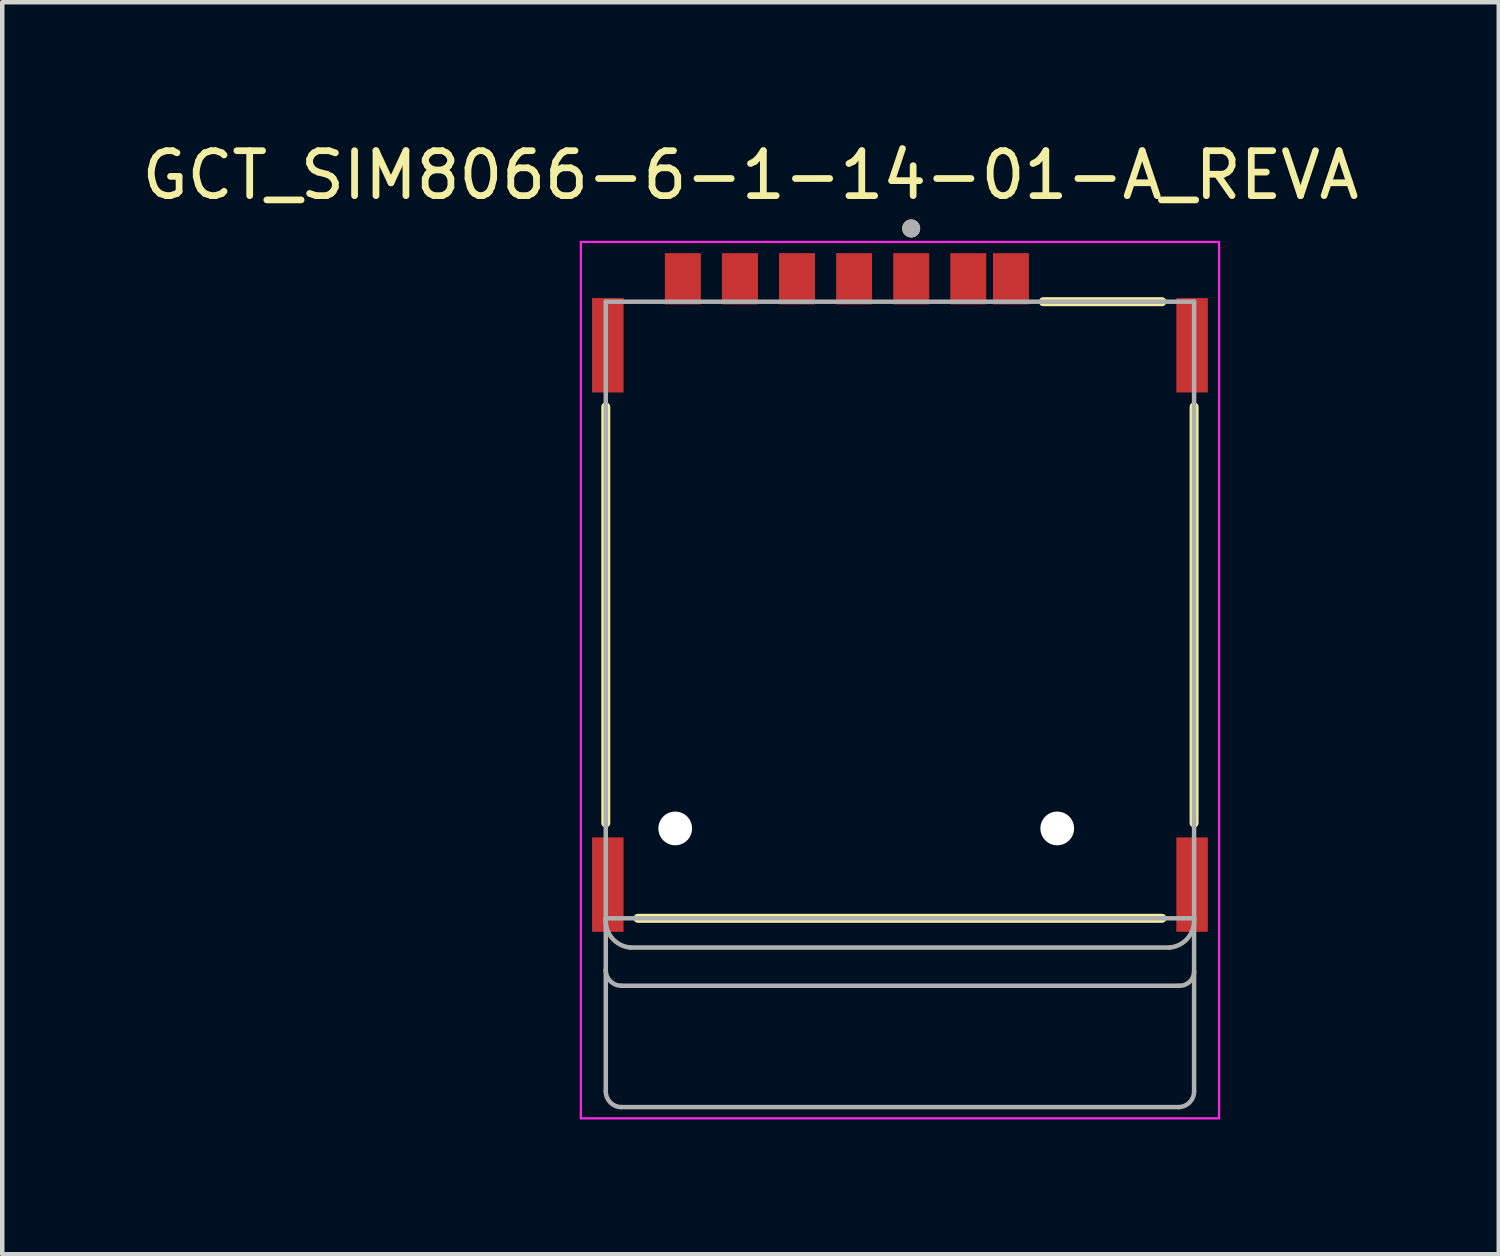
<source format=kicad_pcb>
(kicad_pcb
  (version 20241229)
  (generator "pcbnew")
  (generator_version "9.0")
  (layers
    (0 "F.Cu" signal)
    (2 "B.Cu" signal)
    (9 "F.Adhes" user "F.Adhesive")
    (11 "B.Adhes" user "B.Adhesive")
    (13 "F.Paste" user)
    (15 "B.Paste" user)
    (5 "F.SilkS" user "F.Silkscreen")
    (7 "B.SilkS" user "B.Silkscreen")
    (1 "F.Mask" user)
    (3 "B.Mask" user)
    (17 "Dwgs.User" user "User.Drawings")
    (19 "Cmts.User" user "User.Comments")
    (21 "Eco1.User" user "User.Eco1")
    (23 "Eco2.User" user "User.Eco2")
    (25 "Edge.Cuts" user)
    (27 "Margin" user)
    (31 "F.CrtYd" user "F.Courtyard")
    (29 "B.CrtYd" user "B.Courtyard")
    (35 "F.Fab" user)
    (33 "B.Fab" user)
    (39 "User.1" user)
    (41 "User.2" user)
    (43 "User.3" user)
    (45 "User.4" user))
  (footprint "GCT_SIM8066-6-1-14-01-A_REVA"
    (layer "F.Cu")
    (at 16.974 10.523)
    (property "Reference" "GCT_SIM8066-6-1-14-01-A_REVA" (at -3.325 -9.675 0) (layer "F.SilkS") (effects (font (size 1 1) (thickness 0.15))))
    (attr smd)
    (fp_line (start -6.545 -4.52) (end -6.545 4.74) (stroke (width 0.2) (type solid)) (layer "F.SilkS"))
    (fp_line (start -5.83 6.86) (end 5.83 6.86) (stroke (width 0.2) (type solid)) (layer "F.SilkS"))
    (fp_line (start 3.19 -6.86) (end 5.83 -6.86) (stroke (width 0.2) (type solid)) (layer "F.SilkS"))
    (fp_line (start 6.545 -4.52) (end 6.545 4.74) (stroke (width 0.2) (type solid)) (layer "F.SilkS"))
    (fp_circle (center 0.25 -8.49) (end 0.35 -8.49) (stroke (width 0.2) (type solid)) (fill no) (layer "F.SilkS"))
    (fp_line (start -7.1 -8.19) (end 7.1 -8.19) (stroke (width 0.05) (type solid)) (layer "F.CrtYd"))
    (fp_line (start -7.1 11.31) (end -7.1 -8.19) (stroke (width 0.05) (type solid)) (layer "F.CrtYd"))
    (fp_line (start 7.1 -8.19) (end 7.1 11.31) (stroke (width 0.05) (type solid)) (layer "F.CrtYd"))
    (fp_line (start 7.1 11.31) (end -7.1 11.31) (stroke (width 0.05) (type solid)) (layer "F.CrtYd"))
    (fp_line (start -6.545 -6.86) (end 6.545 -6.86) (stroke (width 0.1) (type solid)) (layer "F.Fab"))
    (fp_line (start -6.545 6.86) (end -6.545 -6.86) (stroke (width 0.1) (type solid)) (layer "F.Fab"))
    (fp_line (start -6.545 6.86) (end -6.545 8.01) (stroke (width 0.1) (type solid)) (layer "F.Fab"))
    (fp_line (start -6.545 8.01) (end -6.545 10.71) (stroke (width 0.1) (type solid)) (layer "F.Fab"))
    (fp_line (start -6.2 8.36) (end 6.2 8.36) (stroke (width 0.1) (type solid)) (layer "F.Fab"))
    (fp_line (start -6.2 11.06) (end 6.2 11.06) (stroke (width 0.1) (type solid)) (layer "F.Fab"))
    (fp_line (start -6 7.51) (end 6 7.51) (stroke (width 0.1) (type solid)) (layer "F.Fab"))
    (fp_line (start 6.545 -6.86) (end 6.545 6.86) (stroke (width 0.1) (type solid)) (layer "F.Fab"))
    (fp_line (start 6.545 6.86) (end -6.545 6.86) (stroke (width 0.1) (type solid)) (layer "F.Fab"))
    (fp_line (start 6.545 6.86) (end 6.545 8.06) (stroke (width 0.1) (type solid)) (layer "F.Fab"))
    (fp_line (start 6.545 8.06) (end 6.545 10.71) (stroke (width 0.1) (type solid)) (layer "F.Fab"))
    (fp_arc (start -6.2 8.36) (mid -6.444987 8.256452) (end -6.545 8.01) (stroke (width 0.1) (type solid)) (layer "F.Fab"))
    (fp_arc (start -6.2 11.06) (mid -6.444987 10.956452) (end -6.545 10.71) (stroke (width 0.1) (type solid)) (layer "F.Fab"))
    (fp_arc (start -6 7.51) (mid -6.407119 7.297873) (end -6.545 6.86) (stroke (width 0.1) (type solid)) (layer "F.Fab"))
    (fp_arc (start 6.545 6.86) (mid 6.407119 7.297873) (end 6 7.51) (stroke (width 0.1) (type solid)) (layer "F.Fab"))
    (fp_arc (start 6.545 8.06) (mid 6.434632 8.281452) (end 6.2 8.36) (stroke (width 0.1) (type solid)) (layer "F.Fab"))
    (fp_arc (start 6.545 10.71) (mid 6.444987 10.956452) (end 6.2 11.06) (stroke (width 0.1) (type solid)) (layer "F.Fab"))
    (fp_circle (center 0.25 -8.49) (end 0.35 -8.49) (stroke (width 0.2) (type solid)) (fill no) (layer "F.Fab"))
    (pad "" np_thru_hole circle (at -5 4.86) (size 0.75 0.75) (drill 0.75) (layers "*.Cu" "*.Mask"))
    (pad "" np_thru_hole circle (at 3.5 4.86) (size 0.75 0.75) (drill 0.75) (layers "*.Cu" "*.Mask"))
    (pad "C1" smd rect (at 0.25 -7.37) (size 0.8 1.14) (layers "F.Cu" "F.Mask" "F.Paste"))
    (pad "C2" smd rect (at -2.29 -7.37) (size 0.8 1.14) (layers "F.Cu" "F.Mask" "F.Paste"))
    (pad "C3" smd rect (at -4.83 -7.37) (size 0.8 1.14) (layers "F.Cu" "F.Mask" "F.Paste"))
    (pad "C5" smd rect (at 1.52 -7.37) (size 0.8 1.14) (layers "F.Cu" "F.Mask" "F.Paste"))
    (pad "C6" smd rect (at -1.02 -7.37) (size 0.8 1.14) (layers "F.Cu" "F.Mask" "F.Paste"))
    (pad "C7" smd rect (at -3.56 -7.37) (size 0.8 1.14) (layers "F.Cu" "F.Mask" "F.Paste"))
    (pad "CD" smd rect (at 2.47 -7.37) (size 0.8 1.14) (layers "F.Cu" "F.Mask" "F.Paste"))
    (pad "G1" smd rect (at -6.5 -5.89) (size 0.7 2.1) (layers "F.Cu" "F.Mask" "F.Paste"))
    (pad "G2" smd rect (at 6.5 -5.89) (size 0.7 2.1) (layers "F.Cu" "F.Mask" "F.Paste"))
    (pad "G3" smd rect (at -6.5 6.11) (size 0.7 2.1) (layers "F.Cu" "F.Mask" "F.Paste"))
    (pad "G4" smd rect (at 6.5 6.11) (size 0.7 2.1) (layers "F.Cu" "F.Mask" "F.Paste"))
    (zone (net_name "") (layer "F.Cu") (hatch full 0.508) (connect_pads) (min_thickness 0.01) (filled_areas_thickness no) (keepout (tracks not_allowed) (vias not_allowed) (pads not_allowed) (copperpour not_allowed) (footprints allowed)) (placement (enabled no)) (fill) (polygon (pts (xy 12.329 13.683) (xy 14.179 13.683) (xy 14.179 17.083) (xy 12.329 17.083))))
    (zone (net_name "") (layer "F.Cu") (hatch full 0.508) (connect_pads) (min_thickness 0.01) (filled_areas_thickness no) (keepout (tracks not_allowed) (vias not_allowed) (pads not_allowed) (copperpour not_allowed) (footprints allowed)) (placement (enabled no)) (fill) (polygon (pts (xy 12.694 8.228) (xy 13.894 8.228) (xy 13.894 11.438) (xy 12.694 11.438))))
    (zone (net_name "") (layer "F.Cu") (hatch full 0.508) (connect_pads) (min_thickness 0.01) (filled_areas_thickness no) (keepout (tracks not_allowed) (vias not_allowed) (pads not_allowed) (copperpour not_allowed) (footprints allowed)) (placement (enabled no)) (fill) (polygon (pts (xy 14.869 13.683) (xy 16.719 13.683) (xy 16.719 17.083) (xy 14.869 17.083))))
    (zone (net_name "") (layer "F.Cu") (hatch full 0.508) (connect_pads) (min_thickness 0.01) (filled_areas_thickness no) (keepout (tracks not_allowed) (vias not_allowed) (pads not_allowed) (copperpour not_allowed) (footprints allowed)) (placement (enabled no)) (fill) (polygon (pts (xy 15.234 8.228) (xy 16.434 8.228) (xy 16.434 11.438) (xy 15.234 11.438))))
    (zone (net_name "") (layer "F.Cu") (hatch full 0.508) (connect_pads) (min_thickness 0.01) (filled_areas_thickness no) (keepout (tracks not_allowed) (vias not_allowed) (pads not_allowed) (copperpour not_allowed) (footprints allowed)) (placement (enabled no)) (fill) (polygon (pts (xy 17.409 13.683) (xy 19.259 13.683) (xy 19.259 17.083) (xy 17.409 17.083))))
    (zone (net_name "") (layer "F.Cu") (hatch full 0.508) (connect_pads) (min_thickness 0.01) (filled_areas_thickness no) (keepout (tracks not_allowed) (vias not_allowed) (pads not_allowed) (copperpour not_allowed) (footprints allowed)) (placement (enabled no)) (fill) (polygon (pts (xy 17.774 4.838) (xy 18.974 4.838) (xy 18.974 7.388) (xy 17.774 7.388))))
    (zone (net_name "") (layer "F.Cu") (hatch full 0.508) (connect_pads) (min_thickness 0.01) (filled_areas_thickness no) (keepout (tracks not_allowed) (vias not_allowed) (pads not_allowed) (copperpour not_allowed) (footprints allowed)) (placement (enabled no)) (fill) (polygon (pts (xy 17.774 8.228) (xy 18.974 8.228) (xy 18.974 11.438) (xy 17.774 11.438))))
    (zone (net_name "") (layers "F.Cu" "B.Cu") (hatch full 0.508) (connect_pads) (min_thickness 0.01) (filled_areas_thickness no) (keepout (tracks allowed) (vias not_allowed) (pads allowed) (copperpour allowed) (footprints allowed)) (placement (enabled no)) (fill) (polygon (pts (xy 12.329 13.683) (xy 14.179 13.683) (xy 14.179 17.083) (xy 12.329 17.083))))
    (zone (net_name "") (layers "F.Cu" "B.Cu") (hatch full 0.508) (connect_pads) (min_thickness 0.01) (filled_areas_thickness no) (keepout (tracks allowed) (vias not_allowed) (pads allowed) (copperpour allowed) (footprints allowed)) (placement (enabled no)) (fill) (polygon (pts (xy 12.694 8.228) (xy 13.894 8.228) (xy 13.894 11.438) (xy 12.694 11.438))))
    (zone (net_name "") (layers "F.Cu" "B.Cu") (hatch full 0.508) (connect_pads) (min_thickness 0.01) (filled_areas_thickness no) (keepout (tracks allowed) (vias not_allowed) (pads allowed) (copperpour allowed) (footprints allowed)) (placement (enabled no)) (fill) (polygon (pts (xy 14.869 13.683) (xy 16.719 13.683) (xy 16.719 17.083) (xy 14.869 17.083))))
    (zone (net_name "") (layers "F.Cu" "B.Cu") (hatch full 0.508) (connect_pads) (min_thickness 0.01) (filled_areas_thickness no) (keepout (tracks allowed) (vias not_allowed) (pads allowed) (copperpour allowed) (footprints allowed)) (placement (enabled no)) (fill) (polygon (pts (xy 15.234 8.228) (xy 16.434 8.228) (xy 16.434 11.438) (xy 15.234 11.438))))
    (zone (net_name "") (layers "F.Cu" "B.Cu") (hatch full 0.508) (connect_pads) (min_thickness 0.01) (filled_areas_thickness no) (keepout (tracks allowed) (vias not_allowed) (pads allowed) (copperpour allowed) (footprints allowed)) (placement (enabled no)) (fill) (polygon (pts (xy 17.409 13.683) (xy 19.259 13.683) (xy 19.259 17.083) (xy 17.409 17.083))))
    (zone (net_name "") (layers "F.Cu" "B.Cu") (hatch full 0.508) (connect_pads) (min_thickness 0.01) (filled_areas_thickness no) (keepout (tracks allowed) (vias not_allowed) (pads allowed) (copperpour allowed) (footprints allowed)) (placement (enabled no)) (fill) (polygon (pts (xy 17.774 4.838) (xy 18.974 4.838) (xy 18.974 7.388) (xy 17.774 7.388))))
    (zone (net_name "") (layers "F.Cu" "B.Cu") (hatch full 0.508) (connect_pads) (min_thickness 0.01) (filled_areas_thickness no) (keepout (tracks allowed) (vias not_allowed) (pads allowed) (copperpour allowed) (footprints allowed)) (placement (enabled no)) (fill) (polygon (pts (xy 17.774 8.228) (xy 18.974 8.228) (xy 18.974 11.438) (xy 17.774 11.438)))))
  (gr_rect
    (start -3 -3)
    (end 30.298 24.858)
    (stroke (width 0.1) (type default))
    (fill no)
    (layer "Edge.Cuts")))
</source>
